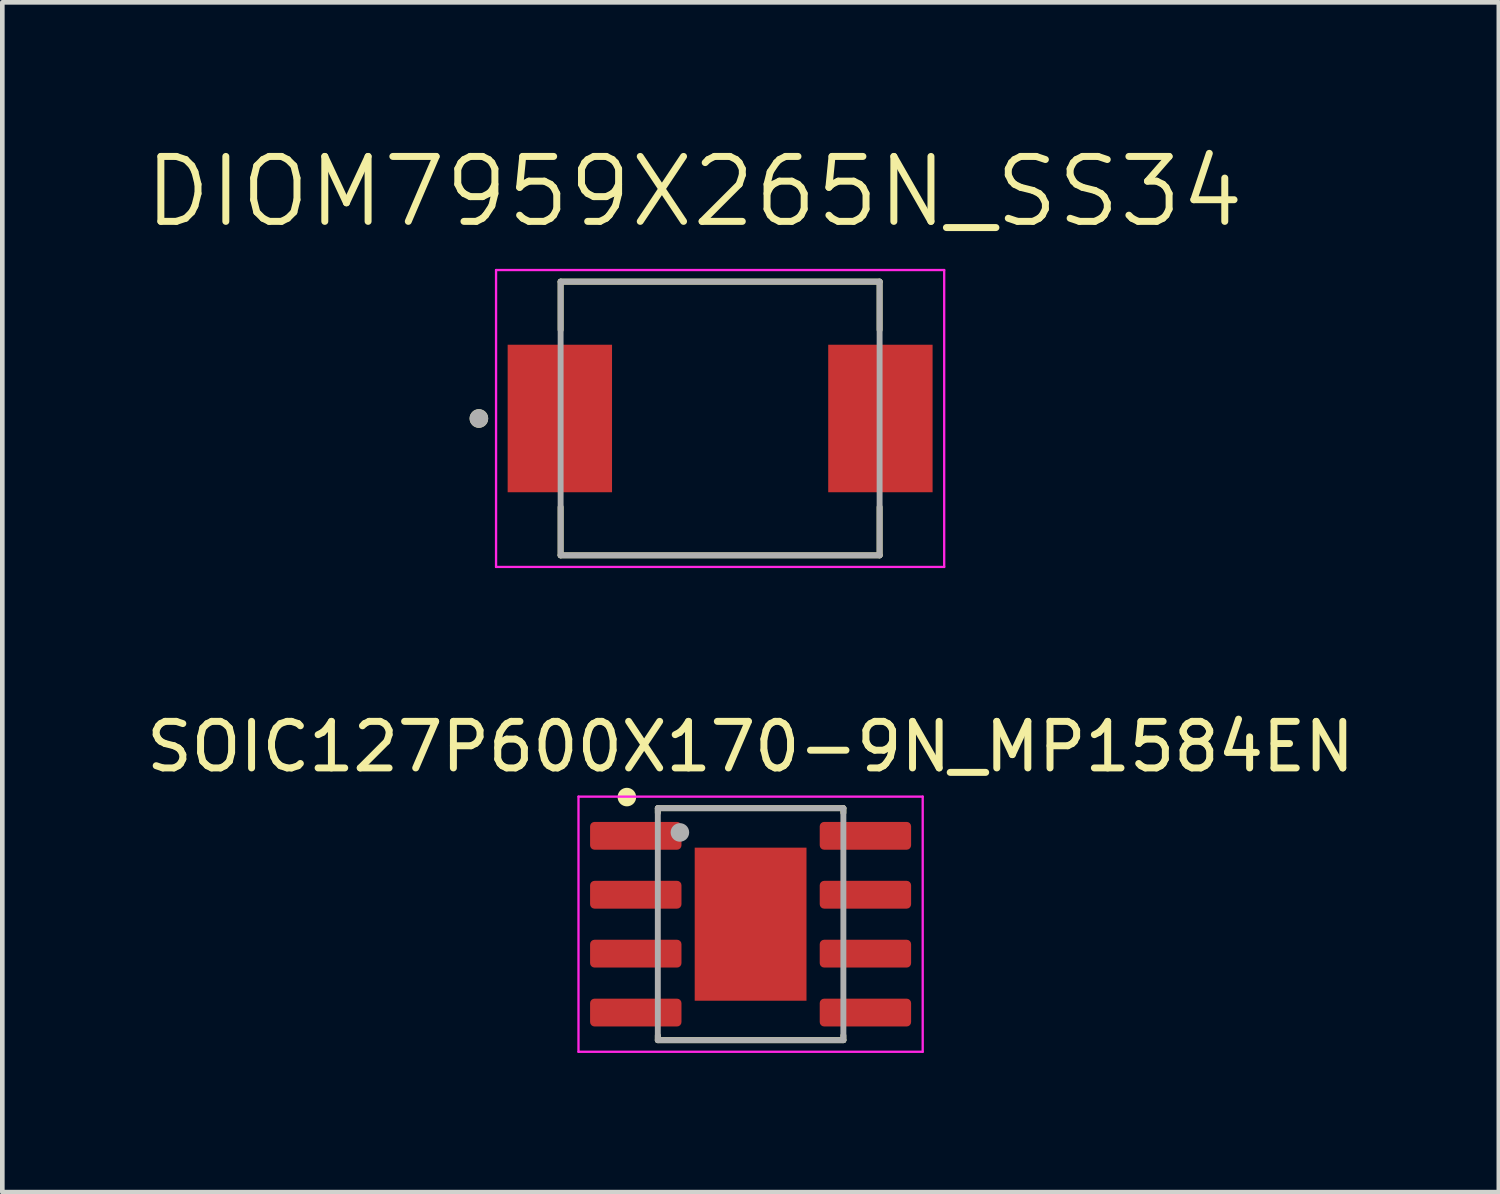
<source format=kicad_pcb>
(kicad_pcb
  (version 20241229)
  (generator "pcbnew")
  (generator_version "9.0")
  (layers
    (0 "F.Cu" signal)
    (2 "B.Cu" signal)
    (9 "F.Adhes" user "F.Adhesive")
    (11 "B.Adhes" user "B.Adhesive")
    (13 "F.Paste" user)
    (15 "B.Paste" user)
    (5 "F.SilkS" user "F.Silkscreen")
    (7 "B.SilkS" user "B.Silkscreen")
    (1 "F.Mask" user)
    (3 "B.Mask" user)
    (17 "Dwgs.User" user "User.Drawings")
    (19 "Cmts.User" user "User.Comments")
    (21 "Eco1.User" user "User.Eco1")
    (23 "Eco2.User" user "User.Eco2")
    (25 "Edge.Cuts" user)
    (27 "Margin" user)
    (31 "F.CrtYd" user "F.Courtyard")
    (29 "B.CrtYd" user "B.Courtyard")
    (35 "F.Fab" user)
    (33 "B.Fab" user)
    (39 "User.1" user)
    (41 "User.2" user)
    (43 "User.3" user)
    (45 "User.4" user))
  (footprint "SOIC127P600X170-9N_MP1584EN"
    (layer "F.Cu")
    (at 13.13 16.872)
    (property "Reference" "SOIC127P600X170-9N_MP1584EN" (at 0.00002 -3.825 0) (layer "F.SilkS") (effects (font (size 1.004 1.004) (thickness 0.15))))
    (attr smd)
    (fp_line (start -2 -2.5) (end -2 -2.4) (stroke (width 0.127) (type solid)) (layer "F.SilkS"))
    (fp_line (start -2 -2.5) (end 2 -2.5) (stroke (width 0.127) (type solid)) (layer "F.SilkS"))
    (fp_line (start -2 2.4) (end -2 2.5) (stroke (width 0.127) (type solid)) (layer "F.SilkS"))
    (fp_line (start -2 2.5) (end 2 2.5) (stroke (width 0.127) (type solid)) (layer "F.SilkS"))
    (fp_line (start 2 -2.5) (end 2 -2.4) (stroke (width 0.127) (type solid)) (layer "F.SilkS"))
    (fp_line (start 2 2.4) (end 2 2.5) (stroke (width 0.127) (type solid)) (layer "F.SilkS"))
    (fp_circle (center -2.667 -2.74) (end -2.567 -2.74) (stroke (width 0.2) (type solid)) (fill no) (layer "F.SilkS"))
    (fp_poly (pts (xy -0.937 0.135) (xy -0.135 0.135) (xy -0.135 1.378) (xy -0.937 1.378)) (stroke (width 0.01) (type solid)) (fill yes) (layer "F.Paste"))
    (fp_poly (pts (xy -0.937 -1.375) (xy -0.135 -1.375) (xy -0.135 -0.135) (xy -0.937 -0.135)) (stroke (width 0.01) (type solid)) (fill yes) (layer "F.Paste"))
    (fp_poly (pts (xy 0.135 0.135) (xy 0.935 0.135) (xy 0.935 1.377) (xy 0.135 1.377)) (stroke (width 0.01) (type solid)) (fill yes) (layer "F.Paste"))
    (fp_poly (pts (xy 0.135 -1.375) (xy 0.935 -1.375) (xy 0.935 -0.135) (xy 0.135 -0.135)) (stroke (width 0.01) (type solid)) (fill yes) (layer "F.Paste"))
    (fp_line (start -3.71 -2.75) (end 3.71 -2.75) (stroke (width 0.05) (type solid)) (layer "F.CrtYd"))
    (fp_line (start -3.71 2.75) (end -3.71 -2.75) (stroke (width 0.05) (type solid)) (layer "F.CrtYd"))
    (fp_line (start 3.71 -2.75) (end 3.71 2.75) (stroke (width 0.05) (type solid)) (layer "F.CrtYd"))
    (fp_line (start 3.71 2.75) (end -3.71 2.75) (stroke (width 0.05) (type solid)) (layer "F.CrtYd"))
    (fp_line (start -2 -2.5) (end 2 -2.5) (stroke (width 0.127) (type solid)) (layer "F.Fab"))
    (fp_line (start -2 2.5) (end -2 -2.5) (stroke (width 0.127) (type solid)) (layer "F.Fab"))
    (fp_line (start 2 -2.5) (end 2 2.5) (stroke (width 0.127) (type solid)) (layer "F.Fab"))
    (fp_line (start 2 2.5) (end -2 2.5) (stroke (width 0.127) (type solid)) (layer "F.Fab"))
    (fp_circle (center -1.524 -1.978) (end -1.424 -1.978) (stroke (width 0.2) (type solid)) (fill no) (layer "F.Fab"))
    (pad "1" smd roundrect (at -2.475 -1.905) (size 1.97 0.6) (layers "F.Cu" "F.Mask" "F.Paste") (roundrect_rratio 0.16))
    (pad "2" smd roundrect (at -2.475 -0.635) (size 1.97 0.6) (layers "F.Cu" "F.Mask" "F.Paste") (roundrect_rratio 0.16))
    (pad "3" smd roundrect (at -2.475 0.635) (size 1.97 0.6) (layers "F.Cu" "F.Mask" "F.Paste") (roundrect_rratio 0.16))
    (pad "4" smd roundrect (at -2.475 1.905) (size 1.97 0.6) (layers "F.Cu" "F.Mask" "F.Paste") (roundrect_rratio 0.16))
    (pad "5" smd roundrect (at 2.475 1.905) (size 1.97 0.6) (layers "F.Cu" "F.Mask" "F.Paste") (roundrect_rratio 0.16))
    (pad "6" smd roundrect (at 2.475 0.635) (size 1.97 0.6) (layers "F.Cu" "F.Mask" "F.Paste") (roundrect_rratio 0.16))
    (pad "7" smd roundrect (at 2.475 -0.635) (size 1.97 0.6) (layers "F.Cu" "F.Mask" "F.Paste") (roundrect_rratio 0.16))
    (pad "8" smd roundrect (at 2.475 -1.905) (size 1.97 0.6) (layers "F.Cu" "F.Mask" "F.Paste") (roundrect_rratio 0.16))
    (pad "9" smd rect (at 0 0) (size 2.41 3.3) (layers "F.Cu" "F.Mask")))
  (footprint "DIOM7959X265N_SS34"
    (layer "F.Cu")
    (at 12.473 5.971)
    (property "Reference" "DIOM7959X265N_SS34" (at -0.555 -4.889 0) (layer "F.SilkS") (effects (font (size 1.4 1.4) (thickness 0.15))))
    (attr smd)
    (fp_line (start -3.438 -2.95) (end -3.438 -1.91) (stroke (width 0.127) (type solid)) (layer "F.SilkS"))
    (fp_line (start -3.438 1.91) (end -3.438 2.95) (stroke (width 0.127) (type solid)) (layer "F.SilkS"))
    (fp_line (start -3.438 2.95) (end 3.438 2.95) (stroke (width 0.127) (type solid)) (layer "F.SilkS"))
    (fp_line (start 3.438 -2.95) (end -3.438 -2.95) (stroke (width 0.127) (type solid)) (layer "F.SilkS"))
    (fp_line (start 3.438 -1.91) (end 3.438 -2.95) (stroke (width 0.127) (type solid)) (layer "F.SilkS"))
    (fp_line (start 3.438 2.95) (end 3.438 1.91) (stroke (width 0.127) (type solid)) (layer "F.SilkS"))
    (fp_circle (center -5.2 0) (end -5.1 0) (stroke (width 0.2) (type solid)) (fill no) (layer "F.SilkS"))
    (fp_line (start -4.83 -3.2) (end -4.83 3.2) (stroke (width 0.05) (type solid)) (layer "F.CrtYd"))
    (fp_line (start -4.83 3.2) (end 4.83 3.2) (stroke (width 0.05) (type solid)) (layer "F.CrtYd"))
    (fp_line (start 4.83 -3.2) (end -4.83 -3.2) (stroke (width 0.05) (type solid)) (layer "F.CrtYd"))
    (fp_line (start 4.83 3.2) (end 4.83 -3.2) (stroke (width 0.05) (type solid)) (layer "F.CrtYd"))
    (fp_line (start -3.438 -2.95) (end -3.438 2.95) (stroke (width 0.127) (type solid)) (layer "F.Fab"))
    (fp_line (start -3.438 2.95) (end 3.438 2.95) (stroke (width 0.127) (type solid)) (layer "F.Fab"))
    (fp_line (start 3.438 -2.95) (end -3.438 -2.95) (stroke (width 0.127) (type solid)) (layer "F.Fab"))
    (fp_line (start 3.438 2.95) (end 3.438 -2.95) (stroke (width 0.127) (type solid)) (layer "F.Fab"))
    (fp_circle (center -5.2 0) (end -5.1 0) (stroke (width 0.2) (type solid)) (fill no) (layer "F.Fab"))
    (pad "A" smd rect (at 3.455 0 180) (size 2.25 3.18) (layers "F.Cu" "F.Mask" "F.Paste"))
    (pad "C" smd rect (at -3.455 0) (size 2.25 3.18) (layers "F.Cu" "F.Mask" "F.Paste")))
  (gr_rect
    (start -3 -3)
    (end 29.259 22.647)
    (stroke (width 0.1) (type default))
    (fill no)
    (layer "Edge.Cuts")))
</source>
